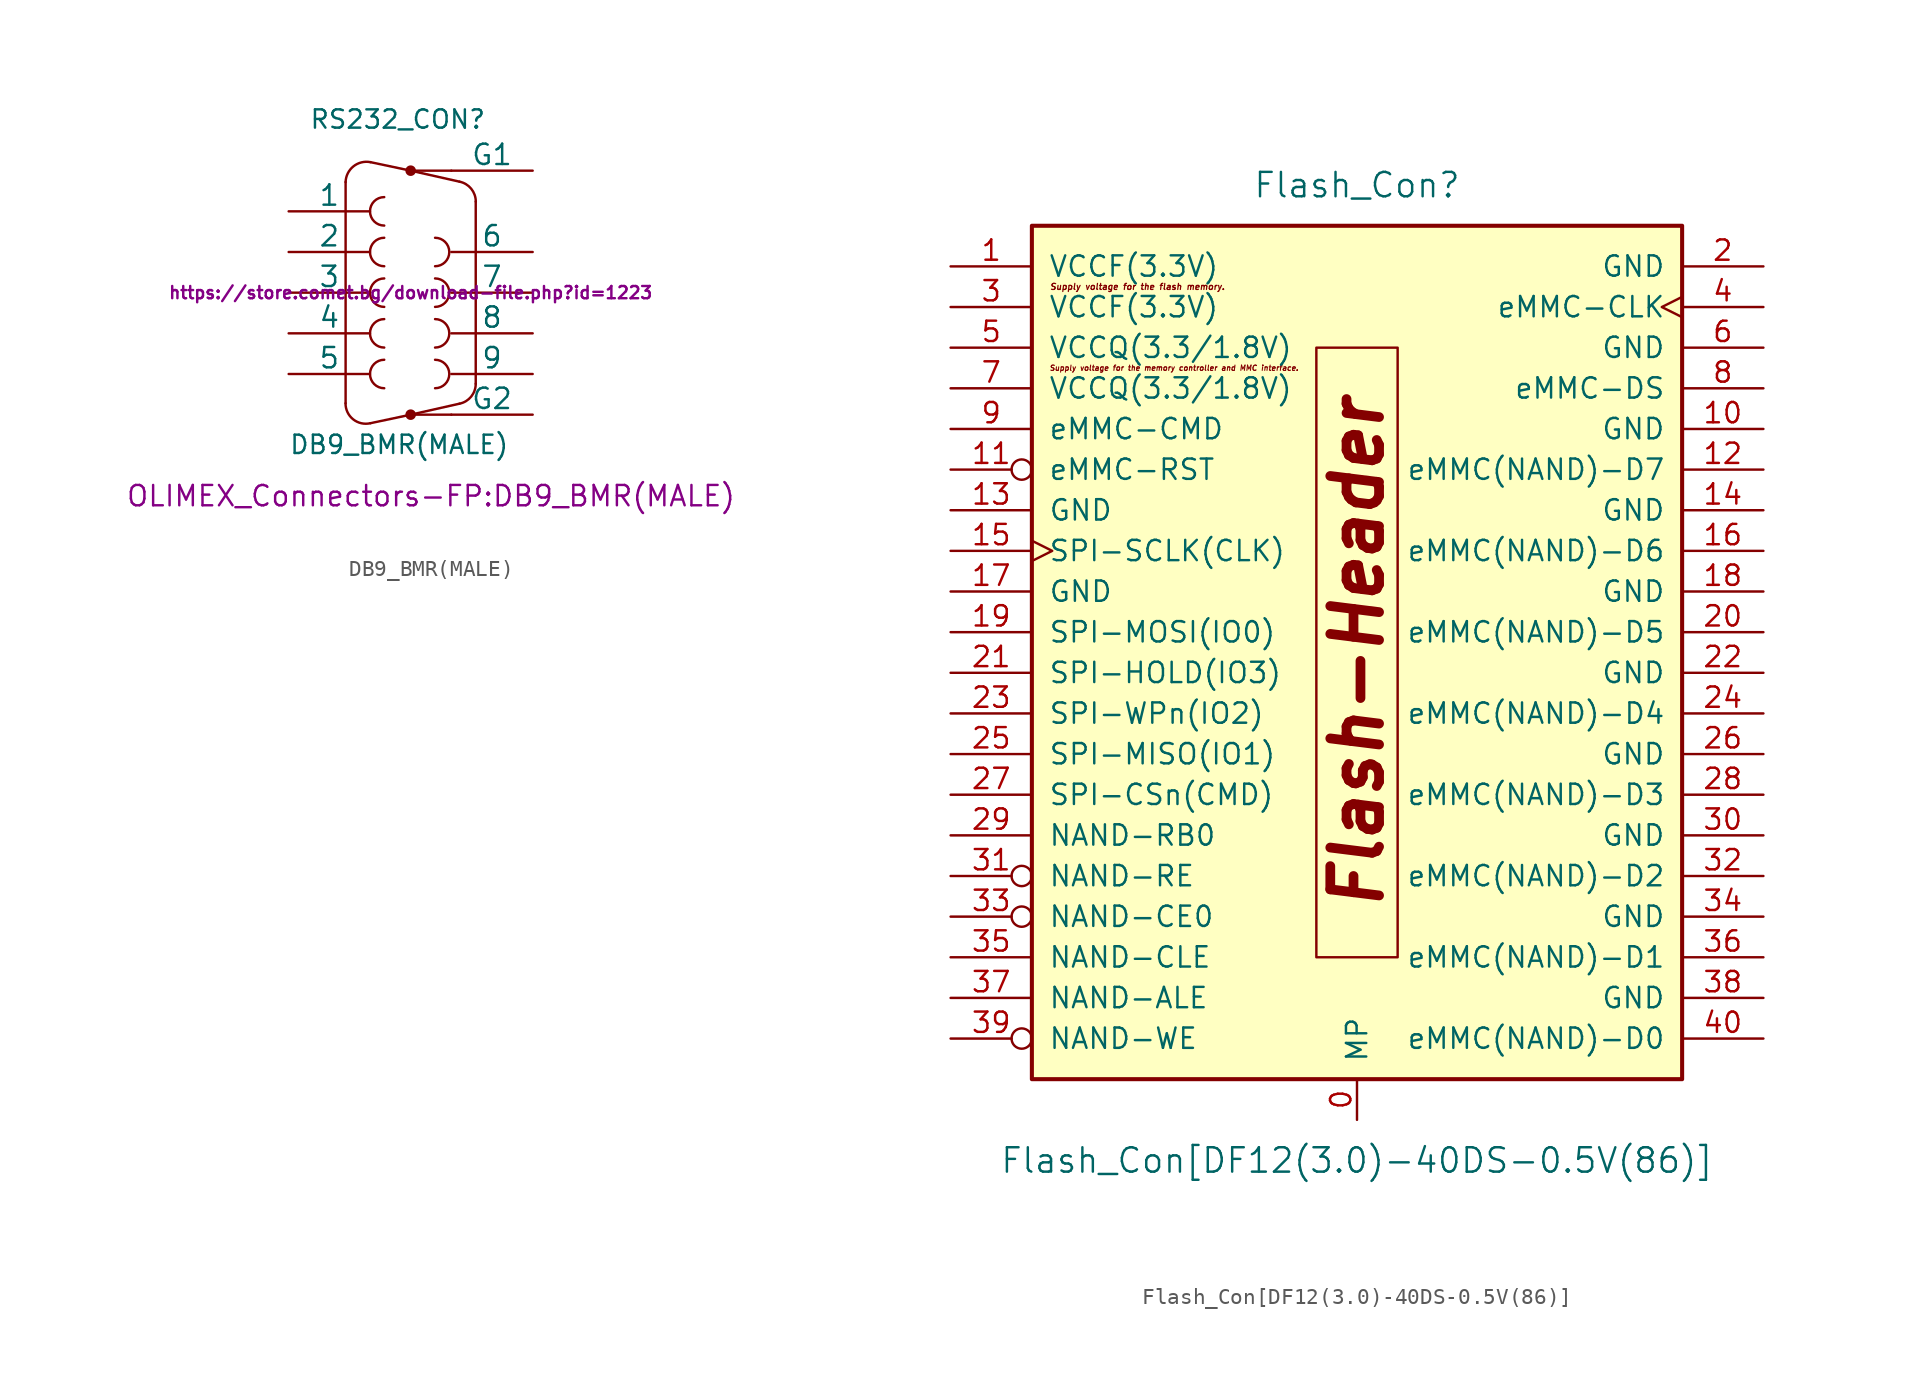
<source format=kicad_sym>
(kicad_symbol_lib
  (version 20211014)
  (generator kicad_symbol_editor)
  (symbol "DB9_BMR(MALE)"
    (pin_numbers hide)
    (pin_names
      (offset 0))
    (property "Reference" "RS232_CON"
      (at -6.35 10.16 0)
      (effects (font (size 1.143 1.143)) (justify left bottom)))
    (property "Value" "DB9_BMR(MALE)"
      (at -7.62 -10.16 0)
      (effects (font (size 1.143 1.143)) (justify left bottom)))
    (property "Footprint" "OLIMEX_Connectors-FP:DB9_BMR(MALE)"
      (at 1.27 -12.7 0)
      (effects (font (size 1.27 1.27))))
    (property "Datasheet" "https://store.comet.bg/download-file.php?id=1223"
      (at 0 0 0)
      (effects (font (size 0.762 0.762))))
    (symbol "DB9_BMR(MALE)_1_0"
      (polyline (pts (xy -4.064 -6.909) (xy -4.064 6.909)) (stroke (width 0) (type default) (color 0 0 0 0)) (fill (type none)))
      (polyline (pts (xy -2.515 -8.153) (xy 0 -7.62)) (stroke (width 0) (type default) (color 0 0 0 0)) (fill (type none)))
      (polyline (pts (xy -2.515 8.153) (xy 0 7.62)) (stroke (width 0) (type default) (color 0 0 0 0)) (fill (type none)))
      (polyline (pts (xy 0 -7.62) (xy 2.54 -7.62)) (stroke (width 0) (type default) (color 0 0 0 0)) (fill (type none)))
      (polyline (pts (xy 0 -7.62) (xy 3.048 -6.934)) (stroke (width 0) (type default) (color 0 0 0 0)) (fill (type none)))
      (polyline (pts (xy 0 7.62) (xy 3.048 6.934)) (stroke (width 0) (type default) (color 0 0 0 0)) (fill (type none)))
      (polyline (pts (xy 2.54 7.62) (xy 0 7.62)) (stroke (width 0) (type default) (color 0 0 0 0)) (fill (type none)))
      (polyline (pts (xy 4.064 -5.69) (xy 4.064 5.69)) (stroke (width 0) (type default) (color 0 0 0 0)) (fill (type none))))
    (symbol "DB9_BMR(MALE)_1_1"
      (arc (start -4.064 -6.9088) (mid -3.5879 -7.9122) (end -2.5146 -8.1534) (stroke (width 0) (type default) (color 0 0 0 0)) (fill (type none)))
      (arc (start -2.5146 8.1534) (mid -3.572 7.8927) (end -4.064 6.9088) (stroke (width 0) (type default) (color 0 0 0 0)) (fill (type none)))
      (arc (start -1.651 -4.191) (mid -2.54 -5.08) (end -1.651 -5.969) (stroke (width 0) (type default) (color 0 0 0 0)) (fill (type none)))
      (arc (start -1.651 -1.651) (mid -2.54 -2.54) (end -1.651 -3.429) (stroke (width 0) (type default) (color 0 0 0 0)) (fill (type none)))
      (arc (start -1.651 0.889) (mid -2.54 0) (end -1.651 -0.889) (stroke (width 0) (type default) (color 0 0 0 0)) (fill (type none)))
      (arc (start -1.651 3.429) (mid -2.54 2.54) (end -1.651 1.651) (stroke (width 0) (type default) (color 0 0 0 0)) (fill (type none)))
      (arc (start -1.651 5.969) (mid -2.54 5.08) (end -1.651 4.191) (stroke (width 0) (type default) (color 0 0 0 0)) (fill (type none)))
      (circle (center 0 -7.62) (radius 0.254) (stroke (width 0) (type default) (color 0 0 0 0)) (fill (type outline)))
      (circle (center 0 7.62) (radius 0.254) (stroke (width 0) (type default) (color 0 0 0 0)) (fill (type outline)))
      (arc (start 1.524 -5.969) (mid 2.413 -5.08) (end 1.524 -4.191) (stroke (width 0) (type default) (color 0 0 0 0)) (fill (type none)))
      (arc (start 1.524 -3.429) (mid 2.413 -2.54) (end 1.524 -1.651) (stroke (width 0) (type default) (color 0 0 0 0)) (fill (type none)))
      (arc (start 1.524 -0.889) (mid 2.413 0) (end 1.524 0.889) (stroke (width 0) (type default) (color 0 0 0 0)) (fill (type none)))
      (arc (start 1.524 1.651) (mid 2.413 2.54) (end 1.524 3.429) (stroke (width 0) (type default) (color 0 0 0 0)) (fill (type none)))
      (arc (start 3.048 -6.9342) (mid 3.7779 -6.493) (end 4.064 -5.6896) (stroke (width 0) (type default) (color 0 0 0 0)) (fill (type none)))
      (arc (start 4.064 5.6896) (mid 3.7777 6.4928) (end 3.048 6.9342) (stroke (width 0) (type default) (color 0 0 0 0)) (fill (type none)))
      (pin passive line (at -7.62 5.08 0) (length 5.08) (name "1" (effects (font (size 1.27 1.27)))) (number "1" (effects (font (size 1.27 1.27)))))
      (pin passive line (at -7.62 2.54 0) (length 5.08) (name "2" (effects (font (size 1.27 1.27)))) (number "2" (effects (font (size 1.27 1.27)))))
      (pin passive line (at -7.62 0 0) (length 5.08) (name "3" (effects (font (size 1.27 1.27)))) (number "3" (effects (font (size 1.27 1.27)))))
      (pin passive line (at -7.62 -2.54 0) (length 5.08) (name "4" (effects (font (size 1.27 1.27)))) (number "4" (effects (font (size 1.27 1.27)))))
      (pin passive line (at -7.62 -5.08 0) (length 5.08) (name "5" (effects (font (size 1.27 1.27)))) (number "5" (effects (font (size 1.27 1.27)))))
      (pin passive line (at 7.62 2.54 180) (length 5.08) (name "6" (effects (font (size 1.27 1.27)))) (number "6" (effects (font (size 1.27 1.27)))))
      (pin passive line (at 7.62 0 180) (length 5.08) (name "7" (effects (font (size 1.27 1.27)))) (number "7" (effects (font (size 1.27 1.27)))))
      (pin passive line (at 7.62 -2.54 180) (length 5.08) (name "8" (effects (font (size 1.27 1.27)))) (number "8" (effects (font (size 1.27 1.27)))))
      (pin passive line (at 7.62 -5.08 180) (length 5.08) (name "9" (effects (font (size 1.27 1.27)))) (number "9" (effects (font (size 1.27 1.27)))))
      (pin passive line (at 7.62 7.62 180) (length 5.08) (name "G1" (effects (font (size 1.27 1.27)))) (number "G1" (effects (font (size 1.27 1.27)))))
      (pin passive line (at 7.62 -7.62 180) (length 5.08) (name "G2" (effects (font (size 1.27 1.27)))) (number "G2" (effects (font (size 1.27 1.27)))))))
  (symbol "Flash_Con[DF12(3.0)-40DS-0.5V(86)]"
    (pin_names
      (offset 1.016))
    (property "Reference" "Flash_Con"
      (at 0 27.94 0)
      (effects (font (size 1.524 1.524))))
    (property "Value" "Flash_Con[DF12(3.0)-40DS-0.5V(86)]"
      (at 0 -33.02 0)
      (effects (font (size 1.524 1.524))))
    (symbol "Flash_Con[DF12(3.0)-40DS-0.5V(86)]_0_0"
      (text "Supply voltage for the flash memory." (at -13.716 21.59 0) (effects (font (size 0.381 0.381) bold italic)))
      (text "Supply voltage for the memory controller and MMC interface." (at -11.43 16.51 0) (effects (font (size 0.33 0.33) bold italic))))
    (symbol "Flash_Con[DF12(3.0)-40DS-0.5V(86)]_1_1"
      (rectangle (start -20.32 25.4) (end 20.32 -27.94) (stroke (width 0.254) (type default) (color 0 0 0 0)) (fill (type background)))
      (rectangle (start -2.54 17.78) (end 2.54 -20.32) (stroke (width 0) (type default) (color 0 0 0 0)) (fill (type none)))
      (text "Flash-Header" (at 0 -1.27 900) (effects (font (size 3.048 3.048) bold italic)))
      (pin power_in line (at 0 -30.48 90) (length 2.54) (name "MP" (effects (font (size 1.27 1.27)))) (number "0" (effects (font (size 1.27 1.27)))))
      (pin power_in line (at -25.4 22.86 0) (length 5.08) (name "VCCF(3.3V)" (effects (font (size 1.27 1.27)))) (number "1" (effects (font (size 1.27 1.27)))))
      (pin power_in line (at 25.4 12.7 180) (length 5.08) (name "GND" (effects (font (size 1.27 1.27)))) (number "10" (effects (font (size 1.27 1.27)))))
      (pin input inverted (at -25.4 10.16 0) (length 5.08) (name "eMMC-RST" (effects (font (size 1.27 1.27)))) (number "11" (effects (font (size 1.27 1.27)))))
      (pin bidirectional line (at 25.4 10.16 180) (length 5.08) (name "eMMC(NAND)-D7" (effects (font (size 1.27 1.27)))) (number "12" (effects (font (size 1.27 1.27)))))
      (pin power_in line (at -25.4 7.62 0) (length 5.08) (name "GND" (effects (font (size 1.27 1.27)))) (number "13" (effects (font (size 1.27 1.27)))))
      (pin power_in line (at 25.4 7.62 180) (length 5.08) (name "GND" (effects (font (size 1.27 1.27)))) (number "14" (effects (font (size 1.27 1.27)))))
      (pin input clock (at -25.4 5.08 0) (length 5.08) (name "SPI-SCLK(CLK)" (effects (font (size 1.27 1.27)))) (number "15" (effects (font (size 1.27 1.27)))))
      (pin bidirectional line (at 25.4 5.08 180) (length 5.08) (name "eMMC(NAND)-D6" (effects (font (size 1.27 1.27)))) (number "16" (effects (font (size 1.27 1.27)))))
      (pin power_in line (at -25.4 2.54 0) (length 5.08) (name "GND" (effects (font (size 1.27 1.27)))) (number "17" (effects (font (size 1.27 1.27)))))
      (pin power_in line (at 25.4 2.54 180) (length 5.08) (name "GND" (effects (font (size 1.27 1.27)))) (number "18" (effects (font (size 1.27 1.27)))))
      (pin bidirectional line (at -25.4 0 0) (length 5.08) (name "SPI-MOSI(IO0)" (effects (font (size 1.27 1.27)))) (number "19" (effects (font (size 1.27 1.27)))))
      (pin power_in line (at 25.4 22.86 180) (length 5.08) (name "GND" (effects (font (size 1.27 1.27)))) (number "2" (effects (font (size 1.27 1.27)))))
      (pin bidirectional line (at 25.4 0 180) (length 5.08) (name "eMMC(NAND)-D5" (effects (font (size 1.27 1.27)))) (number "20" (effects (font (size 1.27 1.27)))))
      (pin bidirectional line (at -25.4 -2.54 0) (length 5.08) (name "SPI-HOLD(IO3)" (effects (font (size 1.27 1.27)))) (number "21" (effects (font (size 1.27 1.27)))))
      (pin power_in line (at 25.4 -2.54 180) (length 5.08) (name "GND" (effects (font (size 1.27 1.27)))) (number "22" (effects (font (size 1.27 1.27)))))
      (pin bidirectional line (at -25.4 -5.08 0) (length 5.08) (name "SPI-WPn(IO2)" (effects (font (size 1.27 1.27)))) (number "23" (effects (font (size 1.27 1.27)))))
      (pin bidirectional line (at 25.4 -5.08 180) (length 5.08) (name "eMMC(NAND)-D4" (effects (font (size 1.27 1.27)))) (number "24" (effects (font (size 1.27 1.27)))))
      (pin bidirectional line (at -25.4 -7.62 0) (length 5.08) (name "SPI-MISO(IO1)" (effects (font (size 1.27 1.27)))) (number "25" (effects (font (size 1.27 1.27)))))
      (pin power_in line (at 25.4 -7.62 180) (length 5.08) (name "GND" (effects (font (size 1.27 1.27)))) (number "26" (effects (font (size 1.27 1.27)))))
      (pin bidirectional line (at -25.4 -10.16 0) (length 5.08) (name "SPI-CSn(CMD)" (effects (font (size 1.27 1.27)))) (number "27" (effects (font (size 1.27 1.27)))))
      (pin bidirectional line (at 25.4 -10.16 180) (length 5.08) (name "eMMC(NAND)-D3" (effects (font (size 1.27 1.27)))) (number "28" (effects (font (size 1.27 1.27)))))
      (pin input line (at -25.4 -12.7 0) (length 5.08) (name "NAND-RB0" (effects (font (size 1.27 1.27)))) (number "29" (effects (font (size 1.27 1.27)))))
      (pin power_in line (at -25.4 20.32 0) (length 5.08) (name "VCCF(3.3V)" (effects (font (size 1.27 1.27)))) (number "3" (effects (font (size 1.27 1.27)))))
      (pin power_in line (at 25.4 -12.7 180) (length 5.08) (name "GND" (effects (font (size 1.27 1.27)))) (number "30" (effects (font (size 1.27 1.27)))))
      (pin input inverted (at -25.4 -15.24 0) (length 5.08) (name "NAND-RE" (effects (font (size 1.27 1.27)))) (number "31" (effects (font (size 1.27 1.27)))))
      (pin bidirectional line (at 25.4 -15.24 180) (length 5.08) (name "eMMC(NAND)-D2" (effects (font (size 1.27 1.27)))) (number "32" (effects (font (size 1.27 1.27)))))
      (pin input inverted (at -25.4 -17.78 0) (length 5.08) (name "NAND-CE0" (effects (font (size 1.27 1.27)))) (number "33" (effects (font (size 1.27 1.27)))))
      (pin power_in line (at 25.4 -17.78 180) (length 5.08) (name "GND" (effects (font (size 1.27 1.27)))) (number "34" (effects (font (size 1.27 1.27)))))
      (pin input line (at -25.4 -20.32 0) (length 5.08) (name "NAND-CLE" (effects (font (size 1.27 1.27)))) (number "35" (effects (font (size 1.27 1.27)))))
      (pin bidirectional line (at 25.4 -20.32 180) (length 5.08) (name "eMMC(NAND)-D1" (effects (font (size 1.27 1.27)))) (number "36" (effects (font (size 1.27 1.27)))))
      (pin input line (at -25.4 -22.86 0) (length 5.08) (name "NAND-ALE" (effects (font (size 1.27 1.27)))) (number "37" (effects (font (size 1.27 1.27)))))
      (pin power_in line (at 25.4 -22.86 180) (length 5.08) (name "GND" (effects (font (size 1.27 1.27)))) (number "38" (effects (font (size 1.27 1.27)))))
      (pin input inverted (at -25.4 -25.4 0) (length 5.08) (name "NAND-WE" (effects (font (size 1.27 1.27)))) (number "39" (effects (font (size 1.27 1.27)))))
      (pin input clock (at 25.4 20.32 180) (length 5.08) (name "eMMC-CLK" (effects (font (size 1.27 1.27)))) (number "4" (effects (font (size 1.27 1.27)))))
      (pin bidirectional line (at 25.4 -25.4 180) (length 5.08) (name "eMMC(NAND)-D0" (effects (font (size 1.27 1.27)))) (number "40" (effects (font (size 1.27 1.27)))))
      (pin power_in line (at -25.4 17.78 0) (length 5.08) (name "VCCQ(3.3/1.8V)" (effects (font (size 1.27 1.27)))) (number "5" (effects (font (size 1.27 1.27)))))
      (pin power_in line (at 25.4 17.78 180) (length 5.08) (name "GND" (effects (font (size 1.27 1.27)))) (number "6" (effects (font (size 1.27 1.27)))))
      (pin power_in line (at -25.4 15.24 0) (length 5.08) (name "VCCQ(3.3/1.8V)" (effects (font (size 1.27 1.27)))) (number "7" (effects (font (size 1.27 1.27)))))
      (pin output line (at 25.4 15.24 180) (length 5.08) (name "eMMC-DS" (effects (font (size 1.27 1.27)))) (number "8" (effects (font (size 1.27 1.27)))))
      (pin bidirectional line (at -25.4 12.7 0) (length 5.08) (name "eMMC-CMD" (effects (font (size 1.27 1.27)))) (number "9" (effects (font (size 1.27 1.27))))))))
</source>
